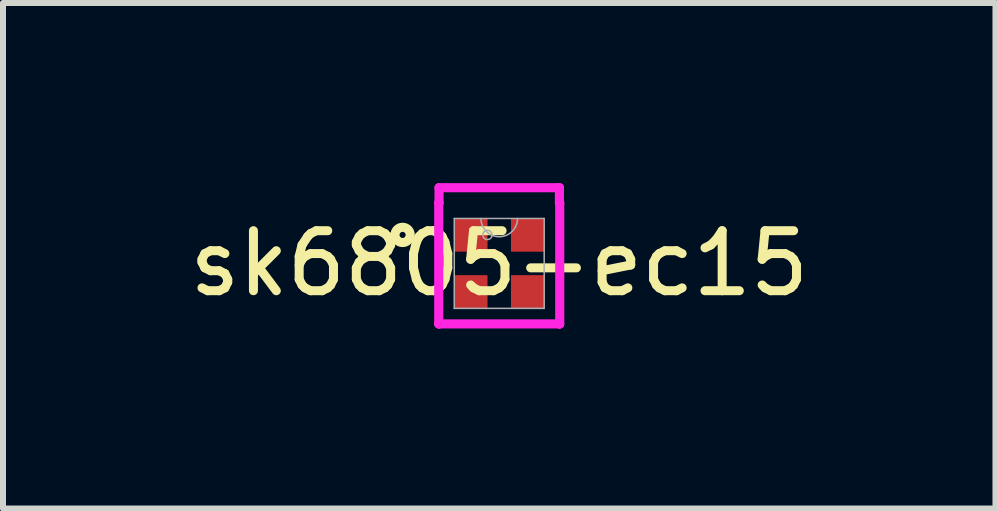
<source format=kicad_pcb>
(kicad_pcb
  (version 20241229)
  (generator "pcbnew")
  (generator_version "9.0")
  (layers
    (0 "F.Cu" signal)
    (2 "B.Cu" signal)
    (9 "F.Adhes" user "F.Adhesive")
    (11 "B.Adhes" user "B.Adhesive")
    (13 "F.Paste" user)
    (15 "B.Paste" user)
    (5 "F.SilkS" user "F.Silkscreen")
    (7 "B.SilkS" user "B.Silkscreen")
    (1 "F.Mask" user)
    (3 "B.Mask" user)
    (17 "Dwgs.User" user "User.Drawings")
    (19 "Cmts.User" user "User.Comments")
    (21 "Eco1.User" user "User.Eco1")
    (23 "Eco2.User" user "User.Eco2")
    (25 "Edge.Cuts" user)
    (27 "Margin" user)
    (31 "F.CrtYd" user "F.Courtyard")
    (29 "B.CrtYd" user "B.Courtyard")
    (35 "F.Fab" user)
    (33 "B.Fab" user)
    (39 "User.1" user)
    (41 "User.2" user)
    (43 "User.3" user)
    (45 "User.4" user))
  (footprint "sk6805-ec15"
    (layer "F.Cu")
    (at 5.268 1.339)
    (property "Reference" "sk6805-ec15" (at 0 0 0) (unlocked yes) (layer "F.SilkS") (effects (font (size 1 1) (thickness 0.15))))
    (attr smd)
    (fp_circle (center -1.61 -0.475) (end -1.483 -0.475) (stroke (width 0.152) (type solid)) (fill no) (layer "F.SilkS"))
    (fp_line (start -1.008 -1.008) (end -1.003 -1.008) (stroke (width 0.152) (type solid)) (layer "F.CrtYd"))
    (fp_line (start -1.008 1.008) (end -1.008 -1.008) (stroke (width 0.152) (type solid)) (layer "F.CrtYd"))
    (fp_line (start -1.008 1.008) (end -1.003 1.008) (stroke (width 0.152) (type solid)) (layer "F.CrtYd"))
    (fp_line (start -1.003 -1.262) (end 1.003 -1.262) (stroke (width 0.152) (type solid)) (layer "F.CrtYd"))
    (fp_line (start -1.003 -1.008) (end -1.003 -1.262) (stroke (width 0.152) (type solid)) (layer "F.CrtYd"))
    (fp_line (start -1.003 1.008) (end -1.003 1.008) (stroke (width 0.152) (type solid)) (layer "F.CrtYd"))
    (fp_line (start 1.003 -1.262) (end 1.003 -1.008) (stroke (width 0.152) (type solid)) (layer "F.CrtYd"))
    (fp_line (start 1.003 1.008) (end -1.003 1.008) (stroke (width 0.152) (type solid)) (layer "F.CrtYd"))
    (fp_line (start 1.003 1.008) (end 1.003 1.008) (stroke (width 0.152) (type solid)) (layer "F.CrtYd"))
    (fp_line (start 1.008 -1.008) (end 1.003 -1.008) (stroke (width 0.152) (type solid)) (layer "F.CrtYd"))
    (fp_line (start 1.008 -1.008) (end 1.008 1.008) (stroke (width 0.152) (type solid)) (layer "F.CrtYd"))
    (fp_line (start 1.008 1.008) (end 1.003 1.008) (stroke (width 0.152) (type solid)) (layer "F.CrtYd"))
    (fp_line (start -0.749 -0.749) (end -0.749 0.749) (stroke (width 0.025) (type solid)) (layer "F.Fab"))
    (fp_line (start -0.749 0.749) (end 0.749 0.749) (stroke (width 0.025) (type solid)) (layer "F.Fab"))
    (fp_line (start 0.749 -0.749) (end -0.749 -0.749) (stroke (width 0.025) (type solid)) (layer "F.Fab"))
    (fp_line (start 0.749 0.749) (end 0.749 -0.749) (stroke (width 0.025) (type solid)) (layer "F.Fab"))
    (fp_arc (start 0.3048 -0.7493) (mid 0 -0.4445) (end -0.3048 -0.7493) (stroke (width 0.0254) (type solid)) (layer "F.Fab"))
    (fp_circle (center -0.196 -0.475) (end -0.119 -0.475) (stroke (width 0.025) (type solid)) (fill no) (layer "F.Fab"))
    (pad "1" smd rect (at -0.475 -0.475) (size 0.559 0.559) (layers "F.Cu" "F.Mask" "F.Paste"))
    (pad "2" smd rect (at -0.475 0.475) (size 0.559 0.559) (layers "F.Cu" "F.Mask" "F.Paste"))
    (pad "3" smd rect (at 0.475 0.475) (size 0.559 0.559) (layers "F.Cu" "F.Mask" "F.Paste"))
    (pad "4" smd rect (at 0.475 -0.475) (size 0.559 0.559) (layers "F.Cu" "F.Mask" "F.Paste")))
  (gr_rect
    (start -3 -3)
    (end 13.536 5.423)
    (stroke (width 0.1) (type default))
    (fill no)
    (layer "Edge.Cuts")))
</source>
